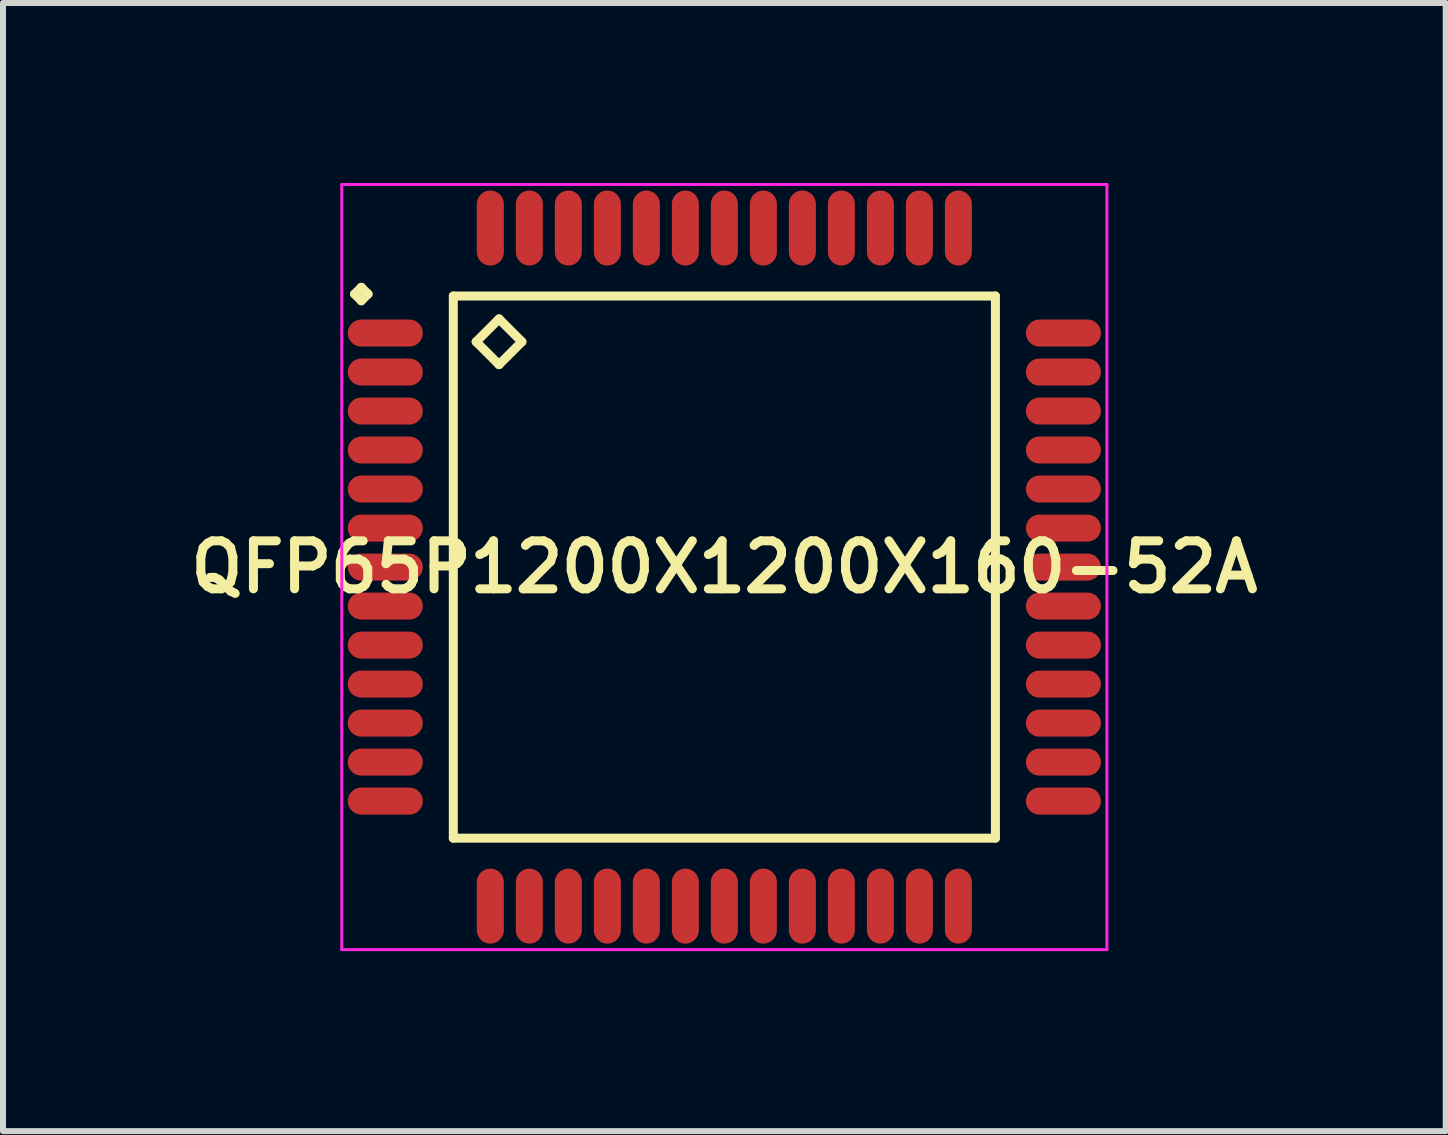
<source format=kicad_pcb>
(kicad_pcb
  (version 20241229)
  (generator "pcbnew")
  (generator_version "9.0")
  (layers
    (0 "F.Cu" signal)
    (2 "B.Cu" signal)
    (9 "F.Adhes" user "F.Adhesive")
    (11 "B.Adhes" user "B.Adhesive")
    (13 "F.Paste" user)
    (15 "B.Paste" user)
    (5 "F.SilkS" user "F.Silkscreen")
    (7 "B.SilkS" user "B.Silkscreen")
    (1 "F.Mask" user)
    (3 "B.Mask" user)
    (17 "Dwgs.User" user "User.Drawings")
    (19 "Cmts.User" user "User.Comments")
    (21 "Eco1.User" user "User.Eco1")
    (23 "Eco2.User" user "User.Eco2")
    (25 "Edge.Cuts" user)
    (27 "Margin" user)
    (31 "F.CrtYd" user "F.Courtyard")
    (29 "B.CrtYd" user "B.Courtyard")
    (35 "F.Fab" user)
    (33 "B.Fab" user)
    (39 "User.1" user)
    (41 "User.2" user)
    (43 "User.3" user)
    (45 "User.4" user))
  (footprint "QFP65P1200X1200X160-52A"
    (layer "F.Cu")
    (at 9.021 6.4)
    (property "Reference" "QFP65P1200X1200X160-52A" (at 0 0 0) (layer "F.SilkS") (effects (font (size 0.8 0.8) (thickness 0.15))))
    (attr smd)
    (fp_line (start -6.162 -4.55) (end -6.05 -4.662) (stroke (width 0.15) (type solid)) (layer "F.SilkS"))
    (fp_line (start -6.05 -4.662) (end -5.938 -4.55) (stroke (width 0.15) (type solid)) (layer "F.SilkS"))
    (fp_line (start -6.05 -4.438) (end -6.162 -4.55) (stroke (width 0.15) (type solid)) (layer "F.SilkS"))
    (fp_line (start -5.938 -4.55) (end -6.05 -4.438) (stroke (width 0.15) (type solid)) (layer "F.SilkS"))
    (fp_line (start -4.517 -4.517) (end -4.517 4.517) (stroke (width 0.15) (type solid)) (layer "F.SilkS"))
    (fp_line (start -4.517 4.517) (end 4.517 4.517) (stroke (width 0.15) (type solid)) (layer "F.SilkS"))
    (fp_line (start -4.136 -3.755) (end -3.755 -4.136) (stroke (width 0.15) (type solid)) (layer "F.SilkS"))
    (fp_line (start -3.755 -4.136) (end -3.374 -3.755) (stroke (width 0.15) (type solid)) (layer "F.SilkS"))
    (fp_line (start -3.755 -3.374) (end -4.136 -3.755) (stroke (width 0.15) (type solid)) (layer "F.SilkS"))
    (fp_line (start -3.374 -3.755) (end -3.755 -3.374) (stroke (width 0.15) (type solid)) (layer "F.SilkS"))
    (fp_line (start 4.517 -4.517) (end -4.517 -4.517) (stroke (width 0.15) (type solid)) (layer "F.SilkS"))
    (fp_line (start 4.517 4.517) (end 4.517 -4.517) (stroke (width 0.15) (type solid)) (layer "F.SilkS"))
    (fp_line (start -6.375 -6.375) (end 6.375 -6.375) (stroke (width 0.05) (type solid)) (layer "F.CrtYd"))
    (fp_line (start -6.375 6.375) (end -6.375 -6.375) (stroke (width 0.05) (type solid)) (layer "F.CrtYd"))
    (fp_line (start 6.375 -6.375) (end 6.375 6.375) (stroke (width 0.05) (type solid)) (layer "F.CrtYd"))
    (fp_line (start 6.375 6.375) (end -6.375 6.375) (stroke (width 0.05) (type solid)) (layer "F.CrtYd"))
    (pad "1" smd oval (at -5.65 -3.9) (size 1.25 0.45) (layers "F.Cu" "F.Mask" "F.Paste"))
    (pad "2" smd oval (at -5.65 -3.25) (size 1.25 0.45) (layers "F.Cu" "F.Mask" "F.Paste"))
    (pad "3" smd oval (at -5.65 -2.6) (size 1.25 0.45) (layers "F.Cu" "F.Mask" "F.Paste"))
    (pad "4" smd oval (at -5.65 -1.95) (size 1.25 0.45) (layers "F.Cu" "F.Mask" "F.Paste"))
    (pad "5" smd oval (at -5.65 -1.3) (size 1.25 0.45) (layers "F.Cu" "F.Mask" "F.Paste"))
    (pad "6" smd oval (at -5.65 -0.65) (size 1.25 0.45) (layers "F.Cu" "F.Mask" "F.Paste"))
    (pad "7" smd oval (at -5.65 0) (size 1.25 0.45) (layers "F.Cu" "F.Mask" "F.Paste"))
    (pad "8" smd oval (at -5.65 0.65) (size 1.25 0.45) (layers "F.Cu" "F.Mask" "F.Paste"))
    (pad "9" smd oval (at -5.65 1.3) (size 1.25 0.45) (layers "F.Cu" "F.Mask" "F.Paste"))
    (pad "10" smd oval (at -5.65 1.95) (size 1.25 0.45) (layers "F.Cu" "F.Mask" "F.Paste"))
    (pad "11" smd oval (at -5.65 2.6) (size 1.25 0.45) (layers "F.Cu" "F.Mask" "F.Paste"))
    (pad "12" smd oval (at -5.65 3.25) (size 1.25 0.45) (layers "F.Cu" "F.Mask" "F.Paste"))
    (pad "13" smd oval (at -5.65 3.9) (size 1.25 0.45) (layers "F.Cu" "F.Mask" "F.Paste"))
    (pad "14" smd oval (at -3.9 5.65) (size 0.45 1.25) (layers "F.Cu" "F.Mask" "F.Paste"))
    (pad "15" smd oval (at -3.25 5.65) (size 0.45 1.25) (layers "F.Cu" "F.Mask" "F.Paste"))
    (pad "16" smd oval (at -2.6 5.65) (size 0.45 1.25) (layers "F.Cu" "F.Mask" "F.Paste"))
    (pad "17" smd oval (at -1.95 5.65) (size 0.45 1.25) (layers "F.Cu" "F.Mask" "F.Paste"))
    (pad "18" smd oval (at -1.3 5.65) (size 0.45 1.25) (layers "F.Cu" "F.Mask" "F.Paste"))
    (pad "19" smd oval (at -0.65 5.65) (size 0.45 1.25) (layers "F.Cu" "F.Mask" "F.Paste"))
    (pad "20" smd oval (at 0 5.65) (size 0.45 1.25) (layers "F.Cu" "F.Mask" "F.Paste"))
    (pad "21" smd oval (at 0.65 5.65) (size 0.45 1.25) (layers "F.Cu" "F.Mask" "F.Paste"))
    (pad "22" smd oval (at 1.3 5.65) (size 0.45 1.25) (layers "F.Cu" "F.Mask" "F.Paste"))
    (pad "23" smd oval (at 1.95 5.65) (size 0.45 1.25) (layers "F.Cu" "F.Mask" "F.Paste"))
    (pad "24" smd oval (at 2.6 5.65) (size 0.45 1.25) (layers "F.Cu" "F.Mask" "F.Paste"))
    (pad "25" smd oval (at 3.25 5.65) (size 0.45 1.25) (layers "F.Cu" "F.Mask" "F.Paste"))
    (pad "26" smd oval (at 3.9 5.65) (size 0.45 1.25) (layers "F.Cu" "F.Mask" "F.Paste"))
    (pad "27" smd oval (at 5.65 3.9) (size 1.25 0.45) (layers "F.Cu" "F.Mask" "F.Paste"))
    (pad "28" smd oval (at 5.65 3.25) (size 1.25 0.45) (layers "F.Cu" "F.Mask" "F.Paste"))
    (pad "29" smd oval (at 5.65 2.6) (size 1.25 0.45) (layers "F.Cu" "F.Mask" "F.Paste"))
    (pad "30" smd oval (at 5.65 1.95) (size 1.25 0.45) (layers "F.Cu" "F.Mask" "F.Paste"))
    (pad "31" smd oval (at 5.65 1.3) (size 1.25 0.45) (layers "F.Cu" "F.Mask" "F.Paste"))
    (pad "32" smd oval (at 5.65 0.65) (size 1.25 0.45) (layers "F.Cu" "F.Mask" "F.Paste"))
    (pad "33" smd oval (at 5.65 0) (size 1.25 0.45) (layers "F.Cu" "F.Mask" "F.Paste"))
    (pad "34" smd oval (at 5.65 -0.65) (size 1.25 0.45) (layers "F.Cu" "F.Mask" "F.Paste"))
    (pad "35" smd oval (at 5.65 -1.3) (size 1.25 0.45) (layers "F.Cu" "F.Mask" "F.Paste"))
    (pad "36" smd oval (at 5.65 -1.95) (size 1.25 0.45) (layers "F.Cu" "F.Mask" "F.Paste"))
    (pad "37" smd oval (at 5.65 -2.6) (size 1.25 0.45) (layers "F.Cu" "F.Mask" "F.Paste"))
    (pad "38" smd oval (at 5.65 -3.25) (size 1.25 0.45) (layers "F.Cu" "F.Mask" "F.Paste"))
    (pad "39" smd oval (at 5.65 -3.9) (size 1.25 0.45) (layers "F.Cu" "F.Mask" "F.Paste"))
    (pad "40" smd oval (at 3.9 -5.65) (size 0.45 1.25) (layers "F.Cu" "F.Mask" "F.Paste"))
    (pad "41" smd oval (at 3.25 -5.65) (size 0.45 1.25) (layers "F.Cu" "F.Mask" "F.Paste"))
    (pad "42" smd oval (at 2.6 -5.65) (size 0.45 1.25) (layers "F.Cu" "F.Mask" "F.Paste"))
    (pad "43" smd oval (at 1.95 -5.65) (size 0.45 1.25) (layers "F.Cu" "F.Mask" "F.Paste"))
    (pad "44" smd oval (at 1.3 -5.65) (size 0.45 1.25) (layers "F.Cu" "F.Mask" "F.Paste"))
    (pad "45" smd oval (at 0.65 -5.65) (size 0.45 1.25) (layers "F.Cu" "F.Mask" "F.Paste"))
    (pad "46" smd oval (at 0 -5.65) (size 0.45 1.25) (layers "F.Cu" "F.Mask" "F.Paste"))
    (pad "47" smd oval (at -0.65 -5.65) (size 0.45 1.25) (layers "F.Cu" "F.Mask" "F.Paste"))
    (pad "48" smd oval (at -1.3 -5.65) (size 0.45 1.25) (layers "F.Cu" "F.Mask" "F.Paste"))
    (pad "49" smd oval (at -1.95 -5.65) (size 0.45 1.25) (layers "F.Cu" "F.Mask" "F.Paste"))
    (pad "50" smd oval (at -2.6 -5.65) (size 0.45 1.25) (layers "F.Cu" "F.Mask" "F.Paste"))
    (pad "51" smd oval (at -3.25 -5.65) (size 0.45 1.25) (layers "F.Cu" "F.Mask" "F.Paste"))
    (pad "52" smd oval (at -3.9 -5.65) (size 0.45 1.25) (layers "F.Cu" "F.Mask" "F.Paste")))
  (gr_rect
    (start -3 -3)
    (end 21.042 15.8)
    (stroke (width 0.1) (type default))
    (fill no)
    (layer "Edge.Cuts")))
</source>
